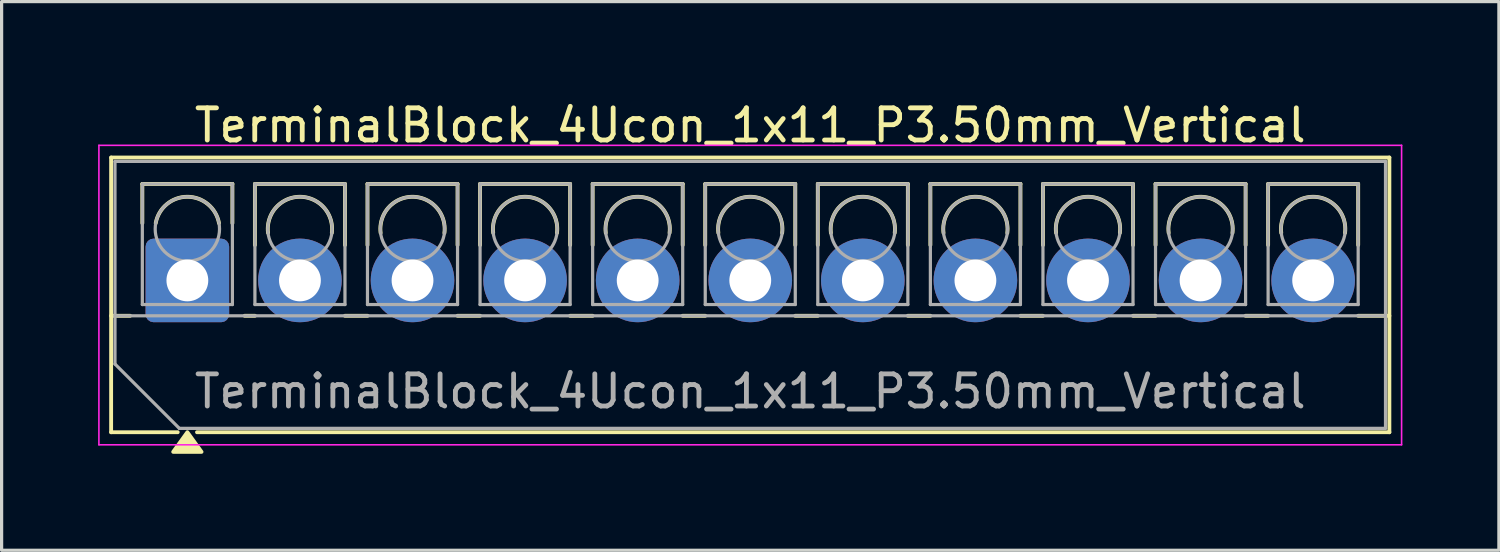
<source format=kicad_pcb>
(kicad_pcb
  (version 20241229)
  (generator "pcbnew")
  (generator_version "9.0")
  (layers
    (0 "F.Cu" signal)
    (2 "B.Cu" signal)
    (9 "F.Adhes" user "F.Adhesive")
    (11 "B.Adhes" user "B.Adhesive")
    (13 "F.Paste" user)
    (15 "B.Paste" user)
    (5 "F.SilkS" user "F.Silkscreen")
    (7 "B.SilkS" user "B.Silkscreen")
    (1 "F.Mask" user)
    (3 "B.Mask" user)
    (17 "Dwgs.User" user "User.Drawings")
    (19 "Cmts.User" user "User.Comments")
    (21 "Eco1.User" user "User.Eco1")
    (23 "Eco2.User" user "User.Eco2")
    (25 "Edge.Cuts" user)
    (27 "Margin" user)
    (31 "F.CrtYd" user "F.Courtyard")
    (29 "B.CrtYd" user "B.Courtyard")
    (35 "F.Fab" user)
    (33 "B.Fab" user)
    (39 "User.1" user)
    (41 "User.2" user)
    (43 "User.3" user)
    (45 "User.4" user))
  (footprint "TerminalBlock_4Ucon_1x11_P3.50mm_Vertical"
    (layer "F.Cu")
    (at 2.775 5.668)
    (property "Reference" "TerminalBlock_4Ucon_1x11_P3.50mm_Vertical" (at 17.5 -4.82 0) (layer "F.SilkS") (effects (font (size 1 1) (thickness 0.15))))
    (attr through_hole)
    (fp_line (start -2.37 -3.82) (end -2.37 4.72) (stroke (width 0.12) (type solid)) (layer "F.SilkS"))
    (fp_line (start -2.37 -3.82) (end 37.37 -3.82) (stroke (width 0.12) (type solid)) (layer "F.SilkS"))
    (fp_line (start -2.37 1.1) (end -1.78 1.1) (stroke (width 0.12) (type solid)) (layer "F.SilkS"))
    (fp_line (start -2.37 4.72) (end -0.3 4.72) (stroke (width 0.12) (type solid)) (layer "F.SilkS"))
    (fp_line (start -1.4 -3) (end -1.4 -1.78) (stroke (width 0.12) (type solid)) (layer "F.SilkS"))
    (fp_line (start -1.4 -3) (end 1.4 -3) (stroke (width 0.12) (type solid)) (layer "F.SilkS"))
    (fp_line (start 0.3 4.72) (end 37.37 4.72) (stroke (width 0.12) (type solid)) (layer "F.SilkS"))
    (fp_line (start 1.4 -3) (end 1.4 -1.78) (stroke (width 0.12) (type solid)) (layer "F.SilkS"))
    (fp_line (start 1.78 1.1) (end 2.101 1.1) (stroke (width 0.12) (type solid)) (layer "F.SilkS"))
    (fp_line (start 2.1 -3) (end 2.1 -1.099) (stroke (width 0.12) (type solid)) (layer "F.SilkS"))
    (fp_line (start 2.1 -3) (end 4.9 -3) (stroke (width 0.12) (type solid)) (layer "F.SilkS"))
    (fp_line (start 4.899 1.1) (end 5.601 1.1) (stroke (width 0.12) (type solid)) (layer "F.SilkS"))
    (fp_line (start 4.9 -3) (end 4.9 -1.099) (stroke (width 0.12) (type solid)) (layer "F.SilkS"))
    (fp_line (start 5.6 -3) (end 5.6 -1.099) (stroke (width 0.12) (type solid)) (layer "F.SilkS"))
    (fp_line (start 5.6 -3) (end 8.4 -3) (stroke (width 0.12) (type solid)) (layer "F.SilkS"))
    (fp_line (start 8.399 1.1) (end 9.101 1.1) (stroke (width 0.12) (type solid)) (layer "F.SilkS"))
    (fp_line (start 8.4 -3) (end 8.4 -1.099) (stroke (width 0.12) (type solid)) (layer "F.SilkS"))
    (fp_line (start 9.1 -3) (end 9.1 -1.099) (stroke (width 0.12) (type solid)) (layer "F.SilkS"))
    (fp_line (start 9.1 -3) (end 11.9 -3) (stroke (width 0.12) (type solid)) (layer "F.SilkS"))
    (fp_line (start 11.899 1.1) (end 12.601 1.1) (stroke (width 0.12) (type solid)) (layer "F.SilkS"))
    (fp_line (start 11.9 -3) (end 11.9 -1.099) (stroke (width 0.12) (type solid)) (layer "F.SilkS"))
    (fp_line (start 12.6 -3) (end 12.6 -1.099) (stroke (width 0.12) (type solid)) (layer "F.SilkS"))
    (fp_line (start 12.6 -3) (end 15.4 -3) (stroke (width 0.12) (type solid)) (layer "F.SilkS"))
    (fp_line (start 15.399 1.1) (end 16.101 1.1) (stroke (width 0.12) (type solid)) (layer "F.SilkS"))
    (fp_line (start 15.4 -3) (end 15.4 -1.099) (stroke (width 0.12) (type solid)) (layer "F.SilkS"))
    (fp_line (start 16.1 -3) (end 16.1 -1.099) (stroke (width 0.12) (type solid)) (layer "F.SilkS"))
    (fp_line (start 16.1 -3) (end 18.9 -3) (stroke (width 0.12) (type solid)) (layer "F.SilkS"))
    (fp_line (start 18.899 1.1) (end 19.601 1.1) (stroke (width 0.12) (type solid)) (layer "F.SilkS"))
    (fp_line (start 18.9 -3) (end 18.9 -1.099) (stroke (width 0.12) (type solid)) (layer "F.SilkS"))
    (fp_line (start 19.6 -3) (end 19.6 -1.099) (stroke (width 0.12) (type solid)) (layer "F.SilkS"))
    (fp_line (start 19.6 -3) (end 22.4 -3) (stroke (width 0.12) (type solid)) (layer "F.SilkS"))
    (fp_line (start 22.399 1.1) (end 23.101 1.1) (stroke (width 0.12) (type solid)) (layer "F.SilkS"))
    (fp_line (start 22.4 -3) (end 22.4 -1.099) (stroke (width 0.12) (type solid)) (layer "F.SilkS"))
    (fp_line (start 23.1 -3) (end 23.1 -1.099) (stroke (width 0.12) (type solid)) (layer "F.SilkS"))
    (fp_line (start 23.1 -3) (end 25.9 -3) (stroke (width 0.12) (type solid)) (layer "F.SilkS"))
    (fp_line (start 25.899 1.1) (end 26.601 1.1) (stroke (width 0.12) (type solid)) (layer "F.SilkS"))
    (fp_line (start 25.9 -3) (end 25.9 -1.099) (stroke (width 0.12) (type solid)) (layer "F.SilkS"))
    (fp_line (start 26.6 -3) (end 26.6 -1.099) (stroke (width 0.12) (type solid)) (layer "F.SilkS"))
    (fp_line (start 26.6 -3) (end 29.4 -3) (stroke (width 0.12) (type solid)) (layer "F.SilkS"))
    (fp_line (start 29.399 1.1) (end 30.101 1.1) (stroke (width 0.12) (type solid)) (layer "F.SilkS"))
    (fp_line (start 29.4 -3) (end 29.4 -1.099) (stroke (width 0.12) (type solid)) (layer "F.SilkS"))
    (fp_line (start 30.1 -3) (end 30.1 -1.099) (stroke (width 0.12) (type solid)) (layer "F.SilkS"))
    (fp_line (start 30.1 -3) (end 32.9 -3) (stroke (width 0.12) (type solid)) (layer "F.SilkS"))
    (fp_line (start 32.899 1.1) (end 33.601 1.1) (stroke (width 0.12) (type solid)) (layer "F.SilkS"))
    (fp_line (start 32.9 -3) (end 32.9 -1.099) (stroke (width 0.12) (type solid)) (layer "F.SilkS"))
    (fp_line (start 33.6 -3) (end 33.6 -1.099) (stroke (width 0.12) (type solid)) (layer "F.SilkS"))
    (fp_line (start 33.6 -3) (end 36.4 -3) (stroke (width 0.12) (type solid)) (layer "F.SilkS"))
    (fp_line (start 36.399 1.1) (end 37.37 1.1) (stroke (width 0.12) (type solid)) (layer "F.SilkS"))
    (fp_line (start 36.4 -3) (end 36.4 -1.099) (stroke (width 0.12) (type solid)) (layer "F.SilkS"))
    (fp_line (start 37.37 -3.82) (end 37.37 4.72) (stroke (width 0.12) (type solid)) (layer "F.SilkS"))
    (fp_arc (start -0.984 -1.78) (mid -0.00006 -2.600328) (end 0.983978 -1.780118) (stroke (width 0.12) (type solid)) (layer "F.SilkS"))
    (fp_arc (start 2.508 -1.478) (mid 3.500313 -2.599474) (end 4.491923 -1.477379) (stroke (width 0.12) (type solid)) (layer "F.SilkS"))
    (fp_arc (start 6.008 -1.478) (mid 7.000313 -2.599474) (end 7.991923 -1.477379) (stroke (width 0.12) (type solid)) (layer "F.SilkS"))
    (fp_arc (start 9.508 -1.478) (mid 10.500313 -2.599474) (end 11.491923 -1.477379) (stroke (width 0.12) (type solid)) (layer "F.SilkS"))
    (fp_arc (start 13.008 -1.478) (mid 14.000313 -2.599474) (end 14.991923 -1.477379) (stroke (width 0.12) (type solid)) (layer "F.SilkS"))
    (fp_arc (start 16.508 -1.478) (mid 17.500313 -2.599474) (end 18.491923 -1.477379) (stroke (width 0.12) (type solid)) (layer "F.SilkS"))
    (fp_arc (start 20.008 -1.478) (mid 21.000313 -2.599474) (end 21.991923 -1.477379) (stroke (width 0.12) (type solid)) (layer "F.SilkS"))
    (fp_arc (start 23.508 -1.478) (mid 24.500313 -2.599474) (end 25.491923 -1.477379) (stroke (width 0.12) (type solid)) (layer "F.SilkS"))
    (fp_arc (start 27.008 -1.478) (mid 28.000313 -2.599474) (end 28.991923 -1.477379) (stroke (width 0.12) (type solid)) (layer "F.SilkS"))
    (fp_arc (start 30.508 -1.478) (mid 31.500313 -2.599474) (end 32.491923 -1.477379) (stroke (width 0.12) (type solid)) (layer "F.SilkS"))
    (fp_arc (start 34.008 -1.478) (mid 35.000313 -2.599474) (end 35.991923 -1.477379) (stroke (width 0.12) (type solid)) (layer "F.SilkS"))
    (fp_poly (pts (xy 0 4.72) (xy 0.44 5.33) (xy -0.44 5.33)) (stroke (width 0.12) (type solid)) (fill yes) (layer "F.SilkS"))
    (fp_line (start -2.75 -4.2) (end -2.75 5.11) (stroke (width 0.05) (type solid)) (layer "F.CrtYd"))
    (fp_line (start -2.75 5.11) (end 37.75 5.11) (stroke (width 0.05) (type solid)) (layer "F.CrtYd"))
    (fp_line (start 37.75 -4.2) (end -2.75 -4.2) (stroke (width 0.05) (type solid)) (layer "F.CrtYd"))
    (fp_line (start 37.75 5.11) (end 37.75 -4.2) (stroke (width 0.05) (type solid)) (layer "F.CrtYd"))
    (fp_line (start -2.25 -3.7) (end 37.25 -3.7) (stroke (width 0.1) (type solid)) (layer "F.Fab"))
    (fp_line (start -2.25 1.1) (end 37.25 1.1) (stroke (width 0.1) (type solid)) (layer "F.Fab"))
    (fp_line (start -2.25 2.6) (end -2.25 -3.7) (stroke (width 0.1) (type solid)) (layer "F.Fab"))
    (fp_line (start -1.4 -3) (end -1.4 0.75) (stroke (width 0.1) (type solid)) (layer "F.Fab"))
    (fp_line (start -1.4 0.75) (end 1.4 0.75) (stroke (width 0.1) (type solid)) (layer "F.Fab"))
    (fp_line (start -0.25 4.6) (end -2.25 2.6) (stroke (width 0.1) (type solid)) (layer "F.Fab"))
    (fp_line (start 1.4 -3) (end -1.4 -3) (stroke (width 0.1) (type solid)) (layer "F.Fab"))
    (fp_line (start 1.4 0.75) (end 1.4 -3) (stroke (width 0.1) (type solid)) (layer "F.Fab"))
    (fp_line (start 2.1 -3) (end 2.1 0.75) (stroke (width 0.1) (type solid)) (layer "F.Fab"))
    (fp_line (start 2.1 0.75) (end 4.9 0.75) (stroke (width 0.1) (type solid)) (layer "F.Fab"))
    (fp_line (start 4.9 -3) (end 2.1 -3) (stroke (width 0.1) (type solid)) (layer "F.Fab"))
    (fp_line (start 4.9 0.75) (end 4.9 -3) (stroke (width 0.1) (type solid)) (layer "F.Fab"))
    (fp_line (start 5.6 -3) (end 5.6 0.75) (stroke (width 0.1) (type solid)) (layer "F.Fab"))
    (fp_line (start 5.6 0.75) (end 8.4 0.75) (stroke (width 0.1) (type solid)) (layer "F.Fab"))
    (fp_line (start 8.4 -3) (end 5.6 -3) (stroke (width 0.1) (type solid)) (layer "F.Fab"))
    (fp_line (start 8.4 0.75) (end 8.4 -3) (stroke (width 0.1) (type solid)) (layer "F.Fab"))
    (fp_line (start 9.1 -3) (end 9.1 0.75) (stroke (width 0.1) (type solid)) (layer "F.Fab"))
    (fp_line (start 9.1 0.75) (end 11.9 0.75) (stroke (width 0.1) (type solid)) (layer "F.Fab"))
    (fp_line (start 11.9 -3) (end 9.1 -3) (stroke (width 0.1) (type solid)) (layer "F.Fab"))
    (fp_line (start 11.9 0.75) (end 11.9 -3) (stroke (width 0.1) (type solid)) (layer "F.Fab"))
    (fp_line (start 12.6 -3) (end 12.6 0.75) (stroke (width 0.1) (type solid)) (layer "F.Fab"))
    (fp_line (start 12.6 0.75) (end 15.4 0.75) (stroke (width 0.1) (type solid)) (layer "F.Fab"))
    (fp_line (start 15.4 -3) (end 12.6 -3) (stroke (width 0.1) (type solid)) (layer "F.Fab"))
    (fp_line (start 15.4 0.75) (end 15.4 -3) (stroke (width 0.1) (type solid)) (layer "F.Fab"))
    (fp_line (start 16.101 -3) (end 16.101 0.75) (stroke (width 0.1) (type solid)) (layer "F.Fab"))
    (fp_line (start 16.101 0.75) (end 18.9 0.75) (stroke (width 0.1) (type solid)) (layer "F.Fab"))
    (fp_line (start 18.9 -3) (end 16.101 -3) (stroke (width 0.1) (type solid)) (layer "F.Fab"))
    (fp_line (start 18.9 0.75) (end 18.9 -3) (stroke (width 0.1) (type solid)) (layer "F.Fab"))
    (fp_line (start 19.6 -3) (end 19.6 0.75) (stroke (width 0.1) (type solid)) (layer "F.Fab"))
    (fp_line (start 19.6 0.75) (end 22.4 0.75) (stroke (width 0.1) (type solid)) (layer "F.Fab"))
    (fp_line (start 22.4 -3) (end 19.6 -3) (stroke (width 0.1) (type solid)) (layer "F.Fab"))
    (fp_line (start 22.4 0.75) (end 22.4 -3) (stroke (width 0.1) (type solid)) (layer "F.Fab"))
    (fp_line (start 23.1 -3) (end 23.1 0.75) (stroke (width 0.1) (type solid)) (layer "F.Fab"))
    (fp_line (start 23.1 0.75) (end 25.9 0.75) (stroke (width 0.1) (type solid)) (layer "F.Fab"))
    (fp_line (start 25.9 -3) (end 23.1 -3) (stroke (width 0.1) (type solid)) (layer "F.Fab"))
    (fp_line (start 25.9 0.75) (end 25.9 -3) (stroke (width 0.1) (type solid)) (layer "F.Fab"))
    (fp_line (start 26.6 -3) (end 26.6 0.75) (stroke (width 0.1) (type solid)) (layer "F.Fab"))
    (fp_line (start 26.6 0.75) (end 29.4 0.75) (stroke (width 0.1) (type solid)) (layer "F.Fab"))
    (fp_line (start 29.4 -3) (end 26.6 -3) (stroke (width 0.1) (type solid)) (layer "F.Fab"))
    (fp_line (start 29.4 0.75) (end 29.4 -3) (stroke (width 0.1) (type solid)) (layer "F.Fab"))
    (fp_line (start 30.1 -3) (end 30.1 0.75) (stroke (width 0.1) (type solid)) (layer "F.Fab"))
    (fp_line (start 30.1 0.75) (end 32.9 0.75) (stroke (width 0.1) (type solid)) (layer "F.Fab"))
    (fp_line (start 32.9 -3) (end 30.1 -3) (stroke (width 0.1) (type solid)) (layer "F.Fab"))
    (fp_line (start 32.9 0.75) (end 32.9 -3) (stroke (width 0.1) (type solid)) (layer "F.Fab"))
    (fp_line (start 33.6 -3) (end 33.6 0.75) (stroke (width 0.1) (type solid)) (layer "F.Fab"))
    (fp_line (start 33.6 0.75) (end 36.4 0.75) (stroke (width 0.1) (type solid)) (layer "F.Fab"))
    (fp_line (start 36.4 -3) (end 33.6 -3) (stroke (width 0.1) (type solid)) (layer "F.Fab"))
    (fp_line (start 36.4 0.75) (end 36.4 -3) (stroke (width 0.1) (type solid)) (layer "F.Fab"))
    (fp_line (start 37.25 -3.7) (end 37.25 4.6) (stroke (width 0.1) (type solid)) (layer "F.Fab"))
    (fp_line (start 37.25 4.6) (end -0.25 4.6) (stroke (width 0.1) (type solid)) (layer "F.Fab"))
    (fp_circle (center 0 -1.6) (end 1 -1.6) (stroke (width 0.1) (type solid)) (fill no) (layer "F.Fab"))
    (fp_circle (center 3.5 -1.6) (end 4.5 -1.6) (stroke (width 0.1) (type solid)) (fill no) (layer "F.Fab"))
    (fp_circle (center 7 -1.6) (end 8 -1.6) (stroke (width 0.1) (type solid)) (fill no) (layer "F.Fab"))
    (fp_circle (center 10.5 -1.6) (end 11.5 -1.6) (stroke (width 0.1) (type solid)) (fill no) (layer "F.Fab"))
    (fp_circle (center 14 -1.6) (end 15 -1.6) (stroke (width 0.1) (type solid)) (fill no) (layer "F.Fab"))
    (fp_circle (center 17.5 -1.6) (end 18.5 -1.6) (stroke (width 0.1) (type solid)) (fill no) (layer "F.Fab"))
    (fp_circle (center 21 -1.6) (end 22 -1.6) (stroke (width 0.1) (type solid)) (fill no) (layer "F.Fab"))
    (fp_circle (center 24.5 -1.6) (end 25.5 -1.6) (stroke (width 0.1) (type solid)) (fill no) (layer "F.Fab"))
    (fp_circle (center 28 -1.6) (end 29 -1.6) (stroke (width 0.1) (type solid)) (fill no) (layer "F.Fab"))
    (fp_circle (center 31.5 -1.6) (end 32.5 -1.6) (stroke (width 0.1) (type solid)) (fill no) (layer "F.Fab"))
    (fp_circle (center 35 -1.6) (end 36 -1.6) (stroke (width 0.1) (type solid)) (fill no) (layer "F.Fab"))
    (fp_text user "${REFERENCE}" (at 17.5 3.45 0) (layer "F.Fab") (effects (font (size 1 1) (thickness 0.15))))
    (pad "1" thru_hole roundrect (at 0 0) (size 2.6 2.6) (drill 1.3) (layers "*.Cu" "*.Mask") (roundrect_rratio 0.096))
    (pad "2" thru_hole circle (at 3.5 0) (size 2.6 2.6) (drill 1.3) (layers "*.Cu" "*.Mask"))
    (pad "3" thru_hole circle (at 7 0) (size 2.6 2.6) (drill 1.3) (layers "*.Cu" "*.Mask"))
    (pad "4" thru_hole circle (at 10.5 0) (size 2.6 2.6) (drill 1.3) (layers "*.Cu" "*.Mask"))
    (pad "5" thru_hole circle (at 14 0) (size 2.6 2.6) (drill 1.3) (layers "*.Cu" "*.Mask"))
    (pad "6" thru_hole circle (at 17.5 0) (size 2.6 2.6) (drill 1.3) (layers "*.Cu" "*.Mask"))
    (pad "7" thru_hole circle (at 21 0) (size 2.6 2.6) (drill 1.3) (layers "*.Cu" "*.Mask"))
    (pad "8" thru_hole circle (at 24.5 0) (size 2.6 2.6) (drill 1.3) (layers "*.Cu" "*.Mask"))
    (pad "9" thru_hole circle (at 28 0) (size 2.6 2.6) (drill 1.3) (layers "*.Cu" "*.Mask"))
    (pad "10" thru_hole circle (at 31.5 0) (size 2.6 2.6) (drill 1.3) (layers "*.Cu" "*.Mask"))
    (pad "11" thru_hole circle (at 35 0) (size 2.6 2.6) (drill 1.3) (layers "*.Cu" "*.Mask")))
  (gr_rect
    (start -3 -3)
    (end 43.55 14.058)
    (stroke (width 0.1) (type default))
    (fill no)
    (layer "Edge.Cuts")))
</source>
